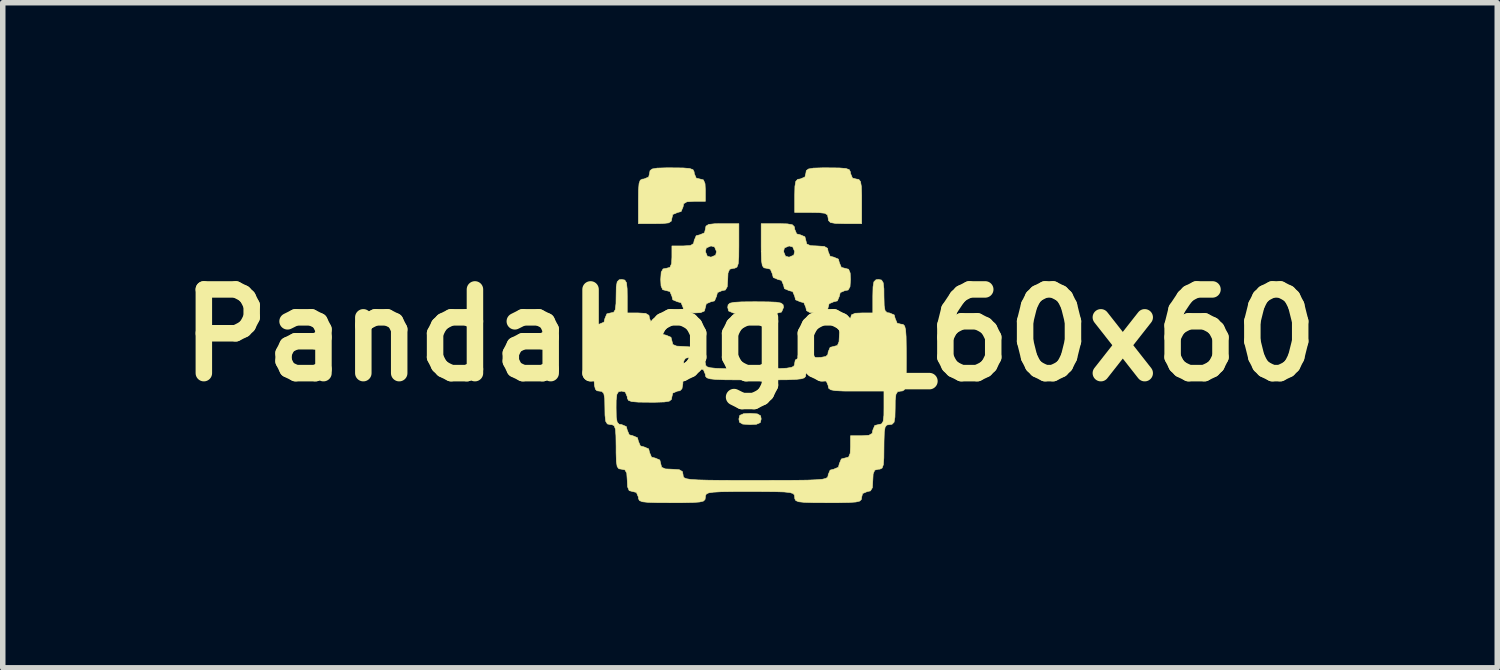
<source format=kicad_pcb>
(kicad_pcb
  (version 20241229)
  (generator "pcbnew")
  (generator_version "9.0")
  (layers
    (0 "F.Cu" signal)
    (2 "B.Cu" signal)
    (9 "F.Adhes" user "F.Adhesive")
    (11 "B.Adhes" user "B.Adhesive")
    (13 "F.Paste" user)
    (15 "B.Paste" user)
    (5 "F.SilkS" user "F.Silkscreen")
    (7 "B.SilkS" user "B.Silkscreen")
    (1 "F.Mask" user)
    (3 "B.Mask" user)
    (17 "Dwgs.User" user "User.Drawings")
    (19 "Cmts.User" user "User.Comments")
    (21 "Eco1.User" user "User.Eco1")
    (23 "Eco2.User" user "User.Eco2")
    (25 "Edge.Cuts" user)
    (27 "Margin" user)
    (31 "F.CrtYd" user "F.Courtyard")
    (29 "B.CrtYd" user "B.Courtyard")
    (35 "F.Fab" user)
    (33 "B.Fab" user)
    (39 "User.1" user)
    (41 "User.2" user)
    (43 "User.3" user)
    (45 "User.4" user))
  (footprint "PandaLogo_60x60"
    (layer "F.Cu")
    (at 10.603 3.053)
    (property "Reference" "PandaLogo_60x60" (at 0 0 0) (layer "F.SilkS") (effects (font (size 1.524 1.524) (thickness 0.3))))
    (attr through_hole)
    (fp_poly (pts (xy 0.133 1.431) (xy 0.192 1.465) (xy 0.203 1.524) (xy 0.186 1.59) (xy 0.117 1.62) (xy 0 1.626) (xy -0.133 1.617) (xy -0.192 1.583) (xy -0.203 1.524) (xy -0.186 1.458) (xy -0.117 1.428) (xy 0 1.422) (xy 0.133 1.431)) (stroke (width 0.01) (type solid)) (fill yes) (layer "F.SilkS"))
    (fp_poly (pts (xy 0.333 -0.608) (xy 0.481 -0.602) (xy 0.564 -0.586) (xy 0.601 -0.558) (xy 0.61 -0.513) (xy 0.61 -0.508) (xy 0.574 -0.423) (xy 0.508 -0.406) (xy 0.423 -0.37) (xy 0.406 -0.305) (xy 0.395 -0.248) (xy 0.346 -0.217) (xy 0.237 -0.205) (xy 0.102 -0.203) (xy -0.069 -0.207) (xy -0.161 -0.223) (xy -0.198 -0.26) (xy -0.203 -0.305) (xy -0.239 -0.39) (xy -0.305 -0.406) (xy -0.39 -0.442) (xy -0.406 -0.508) (xy -0.399 -0.554) (xy -0.366 -0.584) (xy -0.288 -0.6) (xy -0.148 -0.608) (xy 0.074 -0.61) (xy 0.102 -0.61) (xy 0.333 -0.608)) (stroke (width 0.01) (type solid)) (fill yes) (layer "F.SilkS"))
    (fp_poly (pts (xy 1.625 -3.046) (xy 1.746 -3.036) (xy 1.807 -3.014) (xy 1.827 -2.973) (xy 1.829 -2.946) (xy 1.865 -2.861) (xy 1.93 -2.845) (xy 1.981 -2.836) (xy 2.011 -2.797) (xy 2.027 -2.707) (xy 2.032 -2.546) (xy 2.032 -2.438) (xy 2.032 -2.032) (xy 1.727 -2.032) (xy 1.557 -2.036) (xy 1.465 -2.052) (xy 1.428 -2.089) (xy 1.422 -2.134) (xy 1.411 -2.19) (xy 1.362 -2.221) (xy 1.253 -2.233) (xy 1.118 -2.235) (xy 0.813 -2.235) (xy 0.813 -2.54) (xy 0.817 -2.71) (xy 0.833 -2.802) (xy 0.869 -2.839) (xy 0.914 -2.845) (xy 0.999 -2.881) (xy 1.016 -2.946) (xy 1.024 -2.997) (xy 1.064 -3.027) (xy 1.154 -3.043) (xy 1.315 -3.048) (xy 1.422 -3.048) (xy 1.625 -3.046)) (stroke (width 0.01) (type solid)) (fill yes) (layer "F.SilkS"))
    (fp_poly (pts (xy -1.22 -3.046) (xy -1.099 -3.036) (xy -1.038 -3.014) (xy -1.017 -2.973) (xy -1.016 -2.946) (xy -0.98 -2.861) (xy -0.914 -2.845) (xy -0.848 -2.828) (xy -0.819 -2.759) (xy -0.813 -2.642) (xy -0.813 -2.438) (xy -1.016 -2.438) (xy -1.149 -2.43) (xy -1.208 -2.395) (xy -1.219 -2.337) (xy -1.255 -2.252) (xy -1.321 -2.235) (xy -1.406 -2.199) (xy -1.422 -2.134) (xy -1.434 -2.077) (xy -1.482 -2.046) (xy -1.592 -2.034) (xy -1.727 -2.032) (xy -2.032 -2.032) (xy -2.032 -2.438) (xy -2.03 -2.641) (xy -2.02 -2.762) (xy -1.998 -2.823) (xy -1.957 -2.843) (xy -1.93 -2.845) (xy -1.845 -2.881) (xy -1.829 -2.946) (xy -1.82 -2.997) (xy -1.781 -3.027) (xy -1.691 -3.043) (xy -1.53 -3.048) (xy -1.422 -3.048) (xy -1.22 -3.046)) (stroke (width 0.01) (type solid)) (fill yes) (layer "F.SilkS"))
    (fp_poly (pts (xy -0.203 -1.626) (xy -0.205 -1.423) (xy -0.215 -1.302) (xy -0.238 -1.241) (xy -0.278 -1.221) (xy -0.305 -1.219) (xy -0.371 -1.202) (xy -0.401 -1.133) (xy -0.406 -1.016) (xy -0.415 -0.883) (xy -0.449 -0.824) (xy -0.508 -0.813) (xy -0.593 -0.777) (xy -0.61 -0.711) (xy -0.646 -0.626) (xy -0.711 -0.61) (xy -0.796 -0.574) (xy -0.813 -0.508) (xy -0.83 -0.442) (xy -0.899 -0.412) (xy -1.016 -0.406) (xy -1.149 -0.415) (xy -1.208 -0.449) (xy -1.219 -0.508) (xy -1.255 -0.593) (xy -1.321 -0.61) (xy -1.406 -0.646) (xy -1.422 -0.711) (xy -1.458 -0.796) (xy -1.524 -0.813) (xy -1.59 -0.83) (xy -1.62 -0.899) (xy -1.626 -1.016) (xy -1.617 -1.149) (xy -1.583 -1.208) (xy -1.524 -1.219) (xy -1.458 -1.236) (xy -1.428 -1.305) (xy -1.422 -1.422) (xy -1.422 -1.524) (xy -0.813 -1.524) (xy -0.777 -1.439) (xy -0.711 -1.422) (xy -0.626 -1.458) (xy -0.61 -1.524) (xy -0.646 -1.609) (xy -0.711 -1.626) (xy -0.796 -1.59) (xy -0.813 -1.524) (xy -1.422 -1.524) (xy -1.422 -1.626) (xy -1.219 -1.626) (xy -1.086 -1.634) (xy -1.028 -1.669) (xy -1.016 -1.727) (xy -0.98 -1.812) (xy -0.914 -1.829) (xy -0.829 -1.865) (xy -0.813 -1.93) (xy -0.802 -1.987) (xy -0.753 -2.018) (xy -0.643 -2.03) (xy -0.508 -2.032) (xy -0.203 -2.032) (xy -0.203 -1.626)) (stroke (width 0.01) (type solid)) (fill yes) (layer "F.SilkS"))
    (fp_poly (pts (xy 0.678 -2.028) (xy 0.77 -2.012) (xy 0.807 -1.975) (xy 0.813 -1.93) (xy 0.849 -1.845) (xy 0.914 -1.829) (xy 0.999 -1.793) (xy 1.016 -1.727) (xy 1.033 -1.661) (xy 1.102 -1.631) (xy 1.219 -1.626) (xy 1.352 -1.617) (xy 1.411 -1.583) (xy 1.422 -1.524) (xy 1.458 -1.439) (xy 1.524 -1.422) (xy 1.609 -1.386) (xy 1.626 -1.321) (xy 1.662 -1.236) (xy 1.727 -1.219) (xy 1.794 -1.202) (xy 1.823 -1.133) (xy 1.829 -1.016) (xy 1.82 -0.883) (xy 1.786 -0.824) (xy 1.727 -0.813) (xy 1.642 -0.777) (xy 1.626 -0.711) (xy 1.59 -0.626) (xy 1.524 -0.61) (xy 1.439 -0.574) (xy 1.422 -0.508) (xy 1.405 -0.442) (xy 1.336 -0.412) (xy 1.219 -0.406) (xy 1.086 -0.415) (xy 1.028 -0.449) (xy 1.016 -0.508) (xy 0.98 -0.593) (xy 0.914 -0.61) (xy 0.829 -0.646) (xy 0.813 -0.711) (xy 0.777 -0.796) (xy 0.711 -0.813) (xy 0.626 -0.849) (xy 0.61 -0.914) (xy 0.574 -0.999) (xy 0.508 -1.016) (xy 0.423 -1.052) (xy 0.406 -1.118) (xy 0.37 -1.203) (xy 0.305 -1.219) (xy 0.254 -1.228) (xy 0.224 -1.267) (xy 0.209 -1.357) (xy 0.204 -1.518) (xy 0.204 -1.524) (xy 0.61 -1.524) (xy 0.646 -1.439) (xy 0.711 -1.422) (xy 0.796 -1.458) (xy 0.813 -1.524) (xy 0.777 -1.609) (xy 0.711 -1.626) (xy 0.626 -1.59) (xy 0.61 -1.524) (xy 0.204 -1.524) (xy 0.203 -1.626) (xy 0.203 -2.032) (xy 0.508 -2.032) (xy 0.678 -2.028)) (stroke (width 0.01) (type solid)) (fill yes) (layer "F.SilkS"))
    (fp_poly (pts (xy 2.394 -1.005) (xy 2.424 -0.956) (xy 2.437 -0.846) (xy 2.438 -0.711) (xy 2.442 -0.541) (xy 2.458 -0.449) (xy 2.495 -0.412) (xy 2.54 -0.406) (xy 2.625 -0.37) (xy 2.642 -0.305) (xy 2.678 -0.22) (xy 2.743 -0.203) (xy 2.786 -0.197) (xy 2.815 -0.168) (xy 2.832 -0.099) (xy 2.841 0.027) (xy 2.844 0.227) (xy 2.845 0.406) (xy 2.844 0.664) (xy 2.839 0.836) (xy 2.827 0.941) (xy 2.806 0.995) (xy 2.773 1.014) (xy 2.743 1.016) (xy 2.686 1.027) (xy 2.656 1.076) (xy 2.643 1.186) (xy 2.642 1.321) (xy 2.638 1.491) (xy 2.622 1.583) (xy 2.585 1.62) (xy 2.54 1.626) (xy 2.489 1.634) (xy 2.459 1.673) (xy 2.444 1.763) (xy 2.439 1.925) (xy 2.438 2.032) (xy 2.436 2.234) (xy 2.427 2.356) (xy 2.404 2.417) (xy 2.364 2.437) (xy 2.337 2.438) (xy 2.27 2.455) (xy 2.241 2.524) (xy 2.235 2.642) (xy 2.227 2.775) (xy 2.192 2.833) (xy 2.134 2.845) (xy 2.049 2.881) (xy 2.032 2.946) (xy 2.026 2.989) (xy 1.997 3.018) (xy 1.928 3.035) (xy 1.802 3.044) (xy 1.602 3.048) (xy 1.422 3.048) (xy 1.165 3.047) (xy 0.992 3.042) (xy 0.888 3.031) (xy 0.834 3.01) (xy 0.815 2.976) (xy 0.813 2.946) (xy 0.808 2.908) (xy 0.784 2.881) (xy 0.726 2.863) (xy 0.62 2.852) (xy 0.45 2.847) (xy 0.203 2.845) (xy 0 2.845) (xy -0.304 2.845) (xy -0.521 2.848) (xy -0.665 2.856) (xy -0.752 2.869) (xy -0.796 2.89) (xy -0.811 2.921) (xy -0.813 2.946) (xy -0.819 2.989) (xy -0.848 3.018) (xy -0.917 3.035) (xy -1.043 3.044) (xy -1.243 3.048) (xy -1.422 3.048) (xy -1.68 3.047) (xy -1.852 3.042) (xy -1.957 3.031) (xy -2.011 3.01) (xy -2.03 2.976) (xy -2.032 2.946) (xy -2.068 2.861) (xy -2.134 2.845) (xy -2.2 2.828) (xy -2.229 2.759) (xy -2.235 2.642) (xy -2.244 2.509) (xy -2.278 2.45) (xy -2.337 2.438) (xy -2.387 2.43) (xy -2.418 2.391) (xy -2.433 2.301) (xy -2.438 2.139) (xy -2.438 2.032) (xy -2.441 1.83) (xy -2.45 1.708) (xy -2.473 1.647) (xy -2.513 1.627) (xy -2.54 1.626) (xy -2.597 1.614) (xy -2.627 1.566) (xy -2.64 1.456) (xy -2.642 1.321) (xy -2.438 1.321) (xy -2.435 1.491) (xy -2.418 1.583) (xy -2.382 1.62) (xy -2.337 1.626) (xy -2.252 1.662) (xy -2.235 1.727) (xy -2.199 1.812) (xy -2.134 1.829) (xy -2.049 1.865) (xy -2.032 1.93) (xy -1.996 2.015) (xy -1.93 2.032) (xy -1.845 2.068) (xy -1.829 2.134) (xy -1.793 2.219) (xy -1.727 2.235) (xy -1.642 2.271) (xy -1.626 2.337) (xy -1.609 2.403) (xy -1.54 2.433) (xy -1.422 2.438) (xy -1.289 2.447) (xy -1.231 2.481) (xy -1.219 2.54) (xy -1.216 2.571) (xy -1.198 2.595) (xy -1.155 2.612) (xy -1.075 2.625) (xy -0.945 2.633) (xy -0.756 2.638) (xy -0.495 2.641) (xy -0.151 2.642) (xy 0.102 2.642) (xy 0.502 2.641) (xy 0.811 2.64) (xy 1.043 2.637) (xy 1.207 2.63) (xy 1.315 2.621) (xy 1.379 2.606) (xy 1.411 2.586) (xy 1.421 2.559) (xy 1.422 2.54) (xy 1.458 2.455) (xy 1.524 2.438) (xy 1.609 2.402) (xy 1.626 2.337) (xy 1.662 2.252) (xy 1.727 2.235) (xy 1.794 2.218) (xy 1.823 2.149) (xy 1.829 2.032) (xy 1.829 1.829) (xy 2.032 1.829) (xy 2.165 1.82) (xy 2.224 1.786) (xy 2.235 1.727) (xy 2.271 1.642) (xy 2.337 1.626) (xy 2.394 1.614) (xy 2.424 1.566) (xy 2.437 1.456) (xy 2.438 1.321) (xy 2.438 1.016) (xy 1.93 1.016) (xy 1.699 1.015) (xy 1.551 1.008) (xy 1.468 0.992) (xy 1.431 0.964) (xy 1.422 0.92) (xy 1.422 0.914) (xy 1.386 0.829) (xy 1.321 0.813) (xy 1.236 0.777) (xy 1.219 0.711) (xy 1.183 0.626) (xy 1.118 0.61) (xy 1.033 0.646) (xy 1.016 0.711) (xy 1.012 0.747) (xy 0.989 0.774) (xy 0.936 0.792) (xy 0.836 0.803) (xy 0.678 0.81) (xy 0.446 0.812) (xy 0.128 0.813) (xy 0.102 0.813) (xy -0.223 0.812) (xy -0.461 0.81) (xy -0.624 0.804) (xy -0.727 0.793) (xy -0.784 0.775) (xy -0.808 0.749) (xy -0.813 0.714) (xy -0.813 0.711) (xy -0.849 0.626) (xy -0.914 0.61) (xy -0.999 0.574) (xy -1.016 0.508) (xy -1.052 0.423) (xy -1.118 0.406) (xy -1.174 0.418) (xy -1.205 0.466) (xy -1.217 0.576) (xy -1.219 0.711) (xy -1.223 0.881) (xy -1.239 0.973) (xy -1.276 1.01) (xy -1.321 1.016) (xy -1.406 1.052) (xy -1.422 1.118) (xy -1.431 1.168) (xy -1.47 1.199) (xy -1.56 1.214) (xy -1.722 1.219) (xy -1.829 1.219) (xy -2.031 1.217) (xy -2.153 1.207) (xy -2.213 1.185) (xy -2.234 1.144) (xy -2.235 1.118) (xy -2.271 1.033) (xy -2.337 1.016) (xy -2.394 1.027) (xy -2.424 1.076) (xy -2.437 1.186) (xy -2.438 1.321) (xy -2.642 1.321) (xy -2.645 1.151) (xy -2.662 1.059) (xy -2.698 1.022) (xy -2.743 1.016) (xy -2.786 1.01) (xy -2.815 0.981) (xy -2.832 0.912) (xy -2.841 0.786) (xy -2.844 0.586) (xy -2.845 0.406) (xy -2.844 0.149) (xy -2.839 -0.024) (xy -2.827 -0.128) (xy -2.806 -0.182) (xy -2.773 -0.201) (xy -2.743 -0.203) (xy -2.658 -0.239) (xy -2.642 -0.305) (xy -2.606 -0.39) (xy -2.54 -0.406) (xy -2.483 -0.418) (xy -2.453 -0.466) (xy -2.44 -0.576) (xy -2.438 -0.711) (xy -2.435 -0.881) (xy -2.418 -0.973) (xy -2.382 -1.01) (xy -2.337 -1.016) (xy -2.28 -1.005) (xy -2.249 -0.956) (xy -2.237 -0.846) (xy -2.235 -0.711) (xy -2.235 -0.406) (xy -2.032 -0.406) (xy -1.899 -0.398) (xy -1.84 -0.363) (xy -1.829 -0.305) (xy -1.793 -0.22) (xy -1.727 -0.203) (xy -1.642 -0.167) (xy -1.626 -0.102) (xy -1.59 -0.017) (xy -1.524 0) (xy -1.439 0.036) (xy -1.422 0.102) (xy -1.405 0.168) (xy -1.336 0.197) (xy -1.219 0.203) (xy -1.086 0.212) (xy -1.028 0.246) (xy -1.016 0.305) (xy -0.98 0.39) (xy -0.914 0.406) (xy -0.829 0.442) (xy -0.813 0.508) (xy -0.808 0.546) (xy -0.784 0.573) (xy -0.726 0.591) (xy -0.62 0.602) (xy -0.45 0.608) (xy -0.203 0.609) (xy 0 0.61) (xy 0.304 0.609) (xy 0.521 0.606) (xy 0.665 0.599) (xy 0.752 0.585) (xy 0.796 0.564) (xy 0.811 0.533) (xy 0.813 0.508) (xy 0.824 0.451) (xy 0.873 0.421) (xy 0.983 0.408) (xy 1.118 0.406) (xy 1.288 0.403) (xy 1.38 0.386) (xy 1.417 0.35) (xy 1.422 0.305) (xy 1.458 0.22) (xy 1.524 0.203) (xy 1.59 0.186) (xy 1.62 0.117) (xy 1.626 0) (xy 1.634 -0.133) (xy 1.669 -0.192) (xy 1.727 -0.203) (xy 1.812 -0.239) (xy 1.829 -0.305) (xy 1.846 -0.371) (xy 1.915 -0.401) (xy 2.032 -0.406) (xy 2.235 -0.406) (xy 2.235 -0.711) (xy 2.239 -0.881) (xy 2.255 -0.973) (xy 2.292 -1.01) (xy 2.337 -1.016) (xy 2.394 -1.005)) (stroke (width 0.01) (type solid)) (fill yes) (layer "F.SilkS")))
  (gr_rect
    (start -3 -3)
    (end 24.205 9.106)
    (stroke (width 0.1) (type default))
    (fill no)
    (layer "Edge.Cuts")))
</source>
